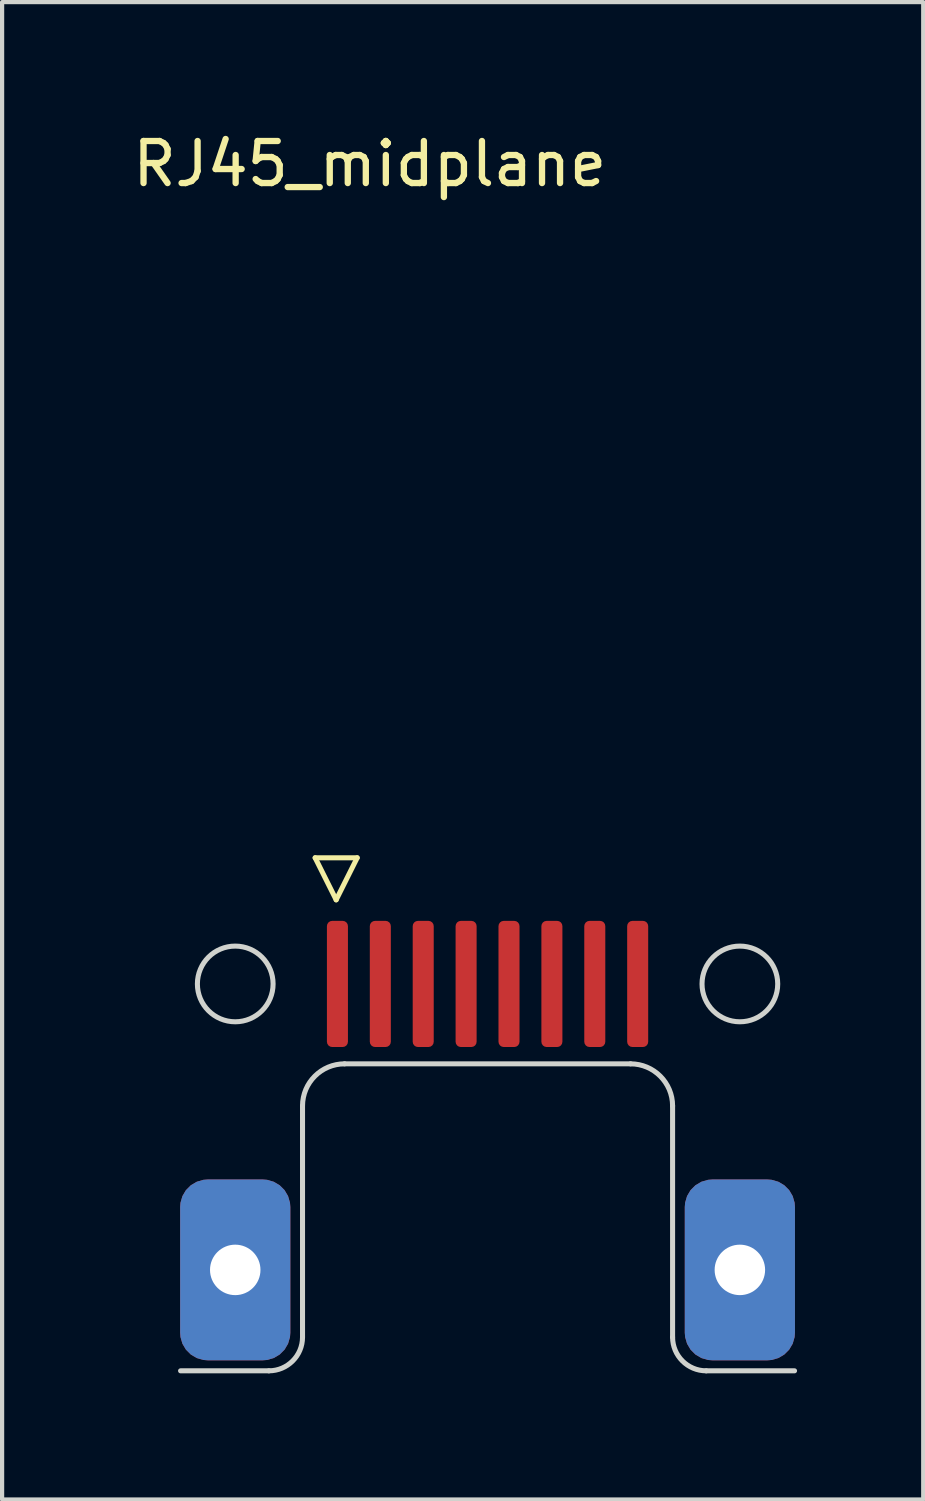
<source format=kicad_pcb>
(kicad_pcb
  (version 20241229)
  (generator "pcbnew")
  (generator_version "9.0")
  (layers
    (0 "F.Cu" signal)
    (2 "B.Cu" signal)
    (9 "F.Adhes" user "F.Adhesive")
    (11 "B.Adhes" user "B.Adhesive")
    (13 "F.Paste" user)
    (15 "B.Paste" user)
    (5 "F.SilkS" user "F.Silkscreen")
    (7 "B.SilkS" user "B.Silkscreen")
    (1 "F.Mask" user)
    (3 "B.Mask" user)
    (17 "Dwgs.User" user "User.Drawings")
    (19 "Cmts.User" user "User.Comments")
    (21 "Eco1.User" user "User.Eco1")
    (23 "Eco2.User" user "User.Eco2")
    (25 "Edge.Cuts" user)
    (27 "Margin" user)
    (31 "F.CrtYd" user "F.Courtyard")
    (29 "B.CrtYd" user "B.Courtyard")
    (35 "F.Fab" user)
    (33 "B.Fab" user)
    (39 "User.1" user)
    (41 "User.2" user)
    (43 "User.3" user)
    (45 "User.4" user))
  (footprint "RJ45_midplane"
    (layer "F.Cu")
    (at 8.544 20.348)
    (property "Reference" "RJ45_midplane" (at -2.8 -19.5 0) (unlocked yes) (layer "F.SilkS") (effects (font (size 1 1) (thickness 0.15))))
    (attr smd)
    (fp_line (start -4.1 -3) (end -3.1 -3) (stroke (width 0.12) (type default)) (layer "F.SilkS"))
    (fp_line (start -3.6 -2) (end -4.1 -3) (stroke (width 0.12) (type default)) (layer "F.SilkS"))
    (fp_line (start -3.1 -3) (end -3.6 -2) (stroke (width 0.12) (type default)) (layer "F.SilkS"))
    (fp_line (start -7.3 9.2) (end -5.2 9.2) (stroke (width 0.12) (type solid)) (layer "Edge.Cuts"))
    (fp_line (start -4.4 2.9) (end -4.4 8.4) (stroke (width 0.12) (type solid)) (layer "Edge.Cuts"))
    (fp_line (start -3.4 1.9) (end 3.4 1.9) (stroke (width 0.12) (type solid)) (layer "Edge.Cuts"))
    (fp_line (start 4.4 2.9) (end 4.4 8.4) (stroke (width 0.12) (type solid)) (layer "Edge.Cuts"))
    (fp_line (start 7.3 9.2) (end 5.2 9.2) (stroke (width 0.12) (type solid)) (layer "Edge.Cuts"))
    (fp_arc (start -4.4 2.9) (mid -4.107107 2.192893) (end -3.4 1.9) (stroke (width 0.12) (type default)) (layer "Edge.Cuts"))
    (fp_arc (start -4.4 8.4) (mid -4.634315 8.965685) (end -5.2 9.2) (stroke (width 0.12) (type default)) (layer "Edge.Cuts"))
    (fp_arc (start 3.4 1.9) (mid 4.107107 2.192893) (end 4.4 2.9) (stroke (width 0.12) (type default)) (layer "Edge.Cuts"))
    (fp_arc (start 5.2 9.2) (mid 4.634315 8.965685) (end 4.4 8.4) (stroke (width 0.12) (type default)) (layer "Edge.Cuts"))
    (fp_circle (center -6 0) (end -5.1 0) (stroke (width 0.12) (type solid)) (fill no) (layer "Edge.Cuts"))
    (fp_circle (center 6 0) (end 6.9 0) (stroke (width 0.12) (type solid)) (fill no) (layer "Edge.Cuts"))
    (pad "" thru_hole roundrect (at -6 6.8 90) (size 4.3 2.62) (drill 1.2) (layers "*.Cu" "*.Mask") (roundrect_rratio 0.25))
    (pad "" thru_hole roundrect (at 6 6.8 90) (size 4.3 2.62) (drill 1.2) (layers "*.Cu" "*.Mask") (roundrect_rratio 0.25))
    (pad "1" smd roundrect (at -3.57 0 90) (size 3 0.5) (layers "F.Cu" "F.Mask" "F.Paste") (roundrect_rratio 0.25))
    (pad "2" smd roundrect (at -2.55 0 90) (size 3 0.5) (layers "F.Cu" "F.Mask" "F.Paste") (roundrect_rratio 0.25))
    (pad "3" smd roundrect (at -1.53 0 90) (size 3 0.5) (layers "F.Cu" "F.Mask" "F.Paste") (roundrect_rratio 0.25))
    (pad "4" smd roundrect (at -0.51 0 90) (size 3 0.5) (layers "F.Cu" "F.Mask" "F.Paste") (roundrect_rratio 0.25))
    (pad "5" smd roundrect (at 0.51 0 90) (size 3 0.5) (layers "F.Cu" "F.Mask" "F.Paste") (roundrect_rratio 0.25))
    (pad "6" smd roundrect (at 1.53 0 90) (size 3 0.5) (layers "F.Cu" "F.Mask" "F.Paste") (roundrect_rratio 0.25))
    (pad "7" smd roundrect (at 2.55 0 90) (size 3 0.5) (layers "F.Cu" "F.Mask" "F.Paste") (roundrect_rratio 0.25))
    (pad "8" smd roundrect (at 3.57 0 90) (size 3 0.5) (layers "F.Cu" "F.Mask" "F.Paste") (roundrect_rratio 0.25)))
  (gr_rect
    (start -3 -3)
    (end 18.904 32.608)
    (stroke (width 0.1) (type default))
    (fill no)
    (layer "Edge.Cuts")))
</source>
